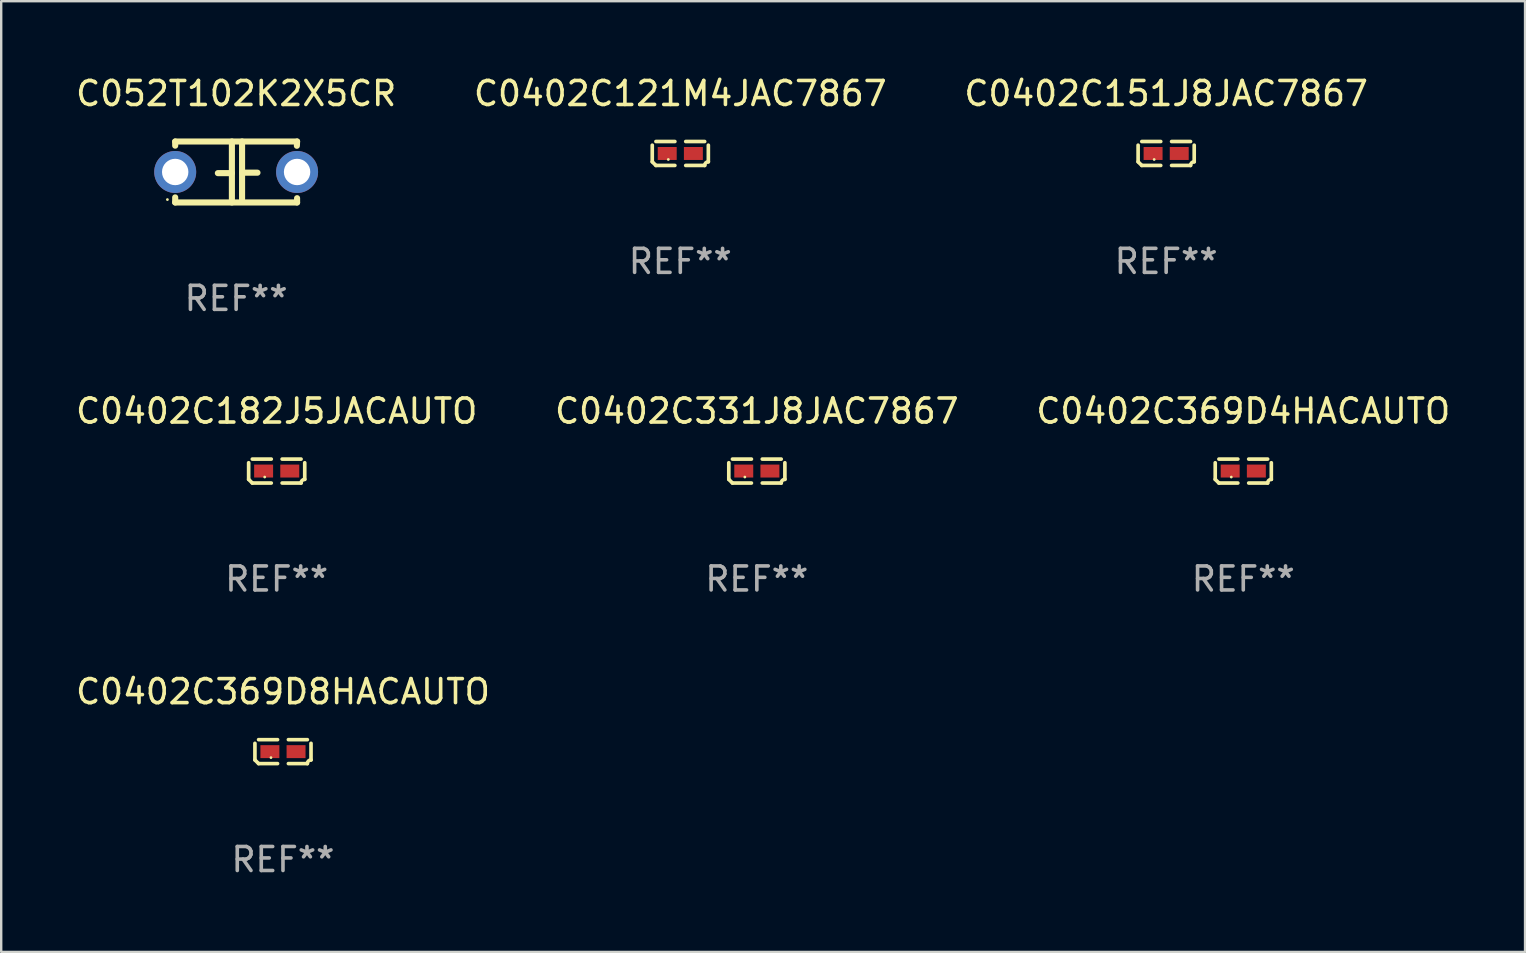
<source format=kicad_pcb>
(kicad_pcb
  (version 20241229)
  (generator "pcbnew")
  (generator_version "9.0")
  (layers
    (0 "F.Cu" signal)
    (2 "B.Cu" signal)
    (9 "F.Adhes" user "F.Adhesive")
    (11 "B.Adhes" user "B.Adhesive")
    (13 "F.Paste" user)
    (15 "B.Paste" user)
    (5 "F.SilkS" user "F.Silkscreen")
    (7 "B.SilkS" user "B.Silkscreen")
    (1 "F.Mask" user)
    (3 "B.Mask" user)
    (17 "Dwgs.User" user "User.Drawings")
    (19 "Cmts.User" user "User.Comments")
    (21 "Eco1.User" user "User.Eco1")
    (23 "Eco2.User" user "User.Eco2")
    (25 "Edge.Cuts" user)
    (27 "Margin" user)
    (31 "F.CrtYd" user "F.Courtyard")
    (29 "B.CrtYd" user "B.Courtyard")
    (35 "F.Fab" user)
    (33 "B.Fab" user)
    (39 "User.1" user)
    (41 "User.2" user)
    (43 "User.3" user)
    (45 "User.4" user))
  (footprint "C0402C331J8JAC7867"
    (layer "F.Cu")
    (at 28.494 16.583)
    (property "Reference" "C0402C331J8JAC7867" (at 0 -2.499 0) (layer "F.SilkS") (effects (font (size 1 1) (thickness 0.15))))
    (attr through_hole)
    (fp_line (start -1.169 0.346) (end -1.169 -0.346) (stroke (width 0.152) (type solid)) (layer "F.SilkS"))
    (fp_line (start -1.016 -0.499) (end -0.226 -0.499) (stroke (width 0.152) (type solid)) (layer "F.SilkS"))
    (fp_line (start -0.226 0.499) (end -1.016 0.499) (stroke (width 0.152) (type solid)) (layer "F.SilkS"))
    (fp_line (start 0.226 0.499) (end 1.016 0.499) (stroke (width 0.152) (type solid)) (layer "F.SilkS"))
    (fp_line (start 1.016 -0.499) (end 0.226 -0.499) (stroke (width 0.152) (type solid)) (layer "F.SilkS"))
    (fp_line (start 1.169 0.346) (end 1.169 -0.346) (stroke (width 0.152) (type solid)) (layer "F.SilkS"))
    (fp_arc (start -1.016307 0.498603) (mid -1.092512 0.422405) (end -1.16871 0.3462) (stroke (width 0.1524) (type solid)) (layer "F.SilkS"))
    (fp_arc (start 1.016307 0.498603) (mid 1.060899 0.390758) (end 1.168707 0.346076) (stroke (width 0.1524) (type solid)) (layer "F.SilkS"))
    (fp_circle (center -0.5 0.25) (end -0.47 0.25) (stroke (width 0.06) (type solid)) (fill no) (layer "F.SilkS"))
    (fp_text user "REF**" (at 0 4.499 0) (layer "F.Fab") (effects (font (size 1 1) (thickness 0.15))))
    (pad "1" smd rect (at -0.545 0) (size 0.79 0.54) (layers "F.Cu" "F.Mask" "F.Paste"))
    (pad "2" smd rect (at 0.545 0) (size 0.79 0.54) (layers "F.Cu" "F.Mask" "F.Paste")))
  (footprint "C0402C369D8HACAUTO"
    (layer "F.Cu")
    (at 8.744 28.277)
    (property "Reference" "C0402C369D8HACAUTO" (at 0 -2.499 0) (layer "F.SilkS") (effects (font (size 1 1) (thickness 0.15))))
    (attr through_hole)
    (fp_line (start -1.169 0.346) (end -1.169 -0.346) (stroke (width 0.152) (type solid)) (layer "F.SilkS"))
    (fp_line (start -1.016 -0.499) (end -0.226 -0.499) (stroke (width 0.152) (type solid)) (layer "F.SilkS"))
    (fp_line (start -0.226 0.499) (end -1.016 0.499) (stroke (width 0.152) (type solid)) (layer "F.SilkS"))
    (fp_line (start 0.226 0.499) (end 1.016 0.499) (stroke (width 0.152) (type solid)) (layer "F.SilkS"))
    (fp_line (start 1.016 -0.499) (end 0.226 -0.499) (stroke (width 0.152) (type solid)) (layer "F.SilkS"))
    (fp_line (start 1.169 0.346) (end 1.169 -0.346) (stroke (width 0.152) (type solid)) (layer "F.SilkS"))
    (fp_arc (start -1.016307 0.498603) (mid -1.092512 0.422405) (end -1.16871 0.3462) (stroke (width 0.1524) (type solid)) (layer "F.SilkS"))
    (fp_arc (start 1.016307 0.498603) (mid 1.060899 0.390758) (end 1.168707 0.346076) (stroke (width 0.1524) (type solid)) (layer "F.SilkS"))
    (fp_circle (center -0.5 0.25) (end -0.47 0.25) (stroke (width 0.06) (type solid)) (fill no) (layer "F.SilkS"))
    (fp_text user "REF**" (at 0 4.499 0) (layer "F.Fab") (effects (font (size 1 1) (thickness 0.15))))
    (pad "1" smd rect (at -0.545 0) (size 0.79 0.54) (layers "F.Cu" "F.Mask" "F.Paste"))
    (pad "2" smd rect (at 0.545 0) (size 0.79 0.54) (layers "F.Cu" "F.Mask" "F.Paste")))
  (footprint "C0402C151J8JAC7867"
    (layer "F.Cu")
    (at 45.554 3.347)
    (property "Reference" "C0402C151J8JAC7867" (at 0 -2.499 0) (layer "F.SilkS") (effects (font (size 1 1) (thickness 0.15))))
    (attr through_hole)
    (fp_line (start -1.169 0.346) (end -1.169 -0.346) (stroke (width 0.152) (type solid)) (layer "F.SilkS"))
    (fp_line (start -1.016 -0.499) (end -0.226 -0.499) (stroke (width 0.152) (type solid)) (layer "F.SilkS"))
    (fp_line (start -0.226 0.499) (end -1.016 0.499) (stroke (width 0.152) (type solid)) (layer "F.SilkS"))
    (fp_line (start 0.226 0.499) (end 1.016 0.499) (stroke (width 0.152) (type solid)) (layer "F.SilkS"))
    (fp_line (start 1.016 -0.499) (end 0.226 -0.499) (stroke (width 0.152) (type solid)) (layer "F.SilkS"))
    (fp_line (start 1.169 0.346) (end 1.169 -0.346) (stroke (width 0.152) (type solid)) (layer "F.SilkS"))
    (fp_arc (start -1.016307 0.498603) (mid -1.092512 0.422405) (end -1.16871 0.3462) (stroke (width 0.1524) (type solid)) (layer "F.SilkS"))
    (fp_arc (start 1.016307 0.498603) (mid 1.060899 0.390758) (end 1.168707 0.346076) (stroke (width 0.1524) (type solid)) (layer "F.SilkS"))
    (fp_circle (center -0.5 0.25) (end -0.47 0.25) (stroke (width 0.06) (type solid)) (fill no) (layer "F.SilkS"))
    (fp_text user "REF**" (at 0 4.499 0) (layer "F.Fab") (effects (font (size 1 1) (thickness 0.15))))
    (pad "1" smd rect (at -0.545 0) (size 0.79 0.54) (layers "F.Cu" "F.Mask" "F.Paste"))
    (pad "2" smd rect (at 0.545 0) (size 0.79 0.54) (layers "F.Cu" "F.Mask" "F.Paste")))
  (footprint "C052T102K2X5CR"
    (layer "F.Cu")
    (at 6.792 4.118)
    (property "Reference" "C052T102K2X5CR" (at 0 -3.27 0) (layer "F.SilkS") (effects (font (size 1 1) (thickness 0.15))))
    (attr through_hole)
    (fp_line (start -2.54 -1.27) (end 2.54 -1.27) (stroke (width 0.254) (type solid)) (layer "F.SilkS"))
    (fp_line (start -2.54 -1.097) (end -2.54 -1.27) (stroke (width 0.254) (type solid)) (layer "F.SilkS"))
    (fp_line (start -2.54 1.27) (end -2.54 1.059) (stroke (width 0.254) (type solid)) (layer "F.SilkS"))
    (fp_line (start -0.177 -1.27) (end -0.177 1.27) (stroke (width 0.254) (type solid)) (layer "F.SilkS"))
    (fp_line (start -0.177 0.048) (end -0.762 0.048) (stroke (width 0.254) (type solid)) (layer "F.SilkS"))
    (fp_line (start 0.247 -1.27) (end 0.247 1.143) (stroke (width 0.254) (type solid)) (layer "F.SilkS"))
    (fp_line (start 0.247 0.029) (end 0.889 0.029) (stroke (width 0.254) (type solid)) (layer "F.SilkS"))
    (fp_line (start 2.54 -1.27) (end 2.531 -1.092) (stroke (width 0.254) (type solid)) (layer "F.SilkS"))
    (fp_line (start 2.54 1.092) (end 2.54 1.27) (stroke (width 0.254) (type solid)) (layer "F.SilkS"))
    (fp_line (start 2.54 1.27) (end -2.54 1.27) (stroke (width 0.254) (type solid)) (layer "F.SilkS"))
    (fp_circle (center -2.865 1.15) (end -2.835 1.15) (stroke (width 0.06) (type solid)) (fill no) (layer "F.SilkS"))
    (fp_text user "REF**" (at 0 5.27 0) (layer "F.Fab") (effects (font (size 1 1) (thickness 0.15))))
    (pad "1" thru_hole circle (at -2.54 0) (size 1.75 1.75) (drill 1.1) (layers "*.Cu" "*.Mask"))
    (pad "2" thru_hole circle (at 2.54 0) (size 1.75 1.75) (drill 1.1) (layers "*.Cu" "*.Mask")))
  (footprint "C0402C121M4JAC7867"
    (layer "F.Cu")
    (at 25.304 3.347)
    (property "Reference" "C0402C121M4JAC7867" (at 0 -2.499 0) (layer "F.SilkS") (effects (font (size 1 1) (thickness 0.15))))
    (attr through_hole)
    (fp_line (start -1.169 0.346) (end -1.169 -0.346) (stroke (width 0.152) (type solid)) (layer "F.SilkS"))
    (fp_line (start -1.016 -0.499) (end -0.226 -0.499) (stroke (width 0.152) (type solid)) (layer "F.SilkS"))
    (fp_line (start -0.226 0.499) (end -1.016 0.499) (stroke (width 0.152) (type solid)) (layer "F.SilkS"))
    (fp_line (start 0.226 0.499) (end 1.016 0.499) (stroke (width 0.152) (type solid)) (layer "F.SilkS"))
    (fp_line (start 1.016 -0.499) (end 0.226 -0.499) (stroke (width 0.152) (type solid)) (layer "F.SilkS"))
    (fp_line (start 1.169 0.346) (end 1.169 -0.346) (stroke (width 0.152) (type solid)) (layer "F.SilkS"))
    (fp_arc (start -1.016307 0.498603) (mid -1.092512 0.422405) (end -1.16871 0.3462) (stroke (width 0.1524) (type solid)) (layer "F.SilkS"))
    (fp_arc (start 1.016307 0.498603) (mid 1.060899 0.390758) (end 1.168707 0.346076) (stroke (width 0.1524) (type solid)) (layer "F.SilkS"))
    (fp_circle (center -0.5 0.25) (end -0.47 0.25) (stroke (width 0.06) (type solid)) (fill no) (layer "F.SilkS"))
    (fp_text user "REF**" (at 0 4.499 0) (layer "F.Fab") (effects (font (size 1 1) (thickness 0.15))))
    (pad "1" smd rect (at -0.545 0) (size 0.79 0.54) (layers "F.Cu" "F.Mask" "F.Paste"))
    (pad "2" smd rect (at 0.545 0) (size 0.79 0.54) (layers "F.Cu" "F.Mask" "F.Paste")))
  (footprint "C0402C369D4HACAUTO"
    (layer "F.Cu")
    (at 48.768 16.583)
    (property "Reference" "C0402C369D4HACAUTO" (at 0 -2.499 0) (layer "F.SilkS") (effects (font (size 1 1) (thickness 0.15))))
    (attr through_hole)
    (fp_line (start -1.169 0.346) (end -1.169 -0.346) (stroke (width 0.152) (type solid)) (layer "F.SilkS"))
    (fp_line (start -1.016 -0.499) (end -0.226 -0.499) (stroke (width 0.152) (type solid)) (layer "F.SilkS"))
    (fp_line (start -0.226 0.499) (end -1.016 0.499) (stroke (width 0.152) (type solid)) (layer "F.SilkS"))
    (fp_line (start 0.226 0.499) (end 1.016 0.499) (stroke (width 0.152) (type solid)) (layer "F.SilkS"))
    (fp_line (start 1.016 -0.499) (end 0.226 -0.499) (stroke (width 0.152) (type solid)) (layer "F.SilkS"))
    (fp_line (start 1.169 0.346) (end 1.169 -0.346) (stroke (width 0.152) (type solid)) (layer "F.SilkS"))
    (fp_arc (start -1.016307 0.498603) (mid -1.092512 0.422405) (end -1.16871 0.3462) (stroke (width 0.1524) (type solid)) (layer "F.SilkS"))
    (fp_arc (start 1.016307 0.498603) (mid 1.060899 0.390758) (end 1.168707 0.346076) (stroke (width 0.1524) (type solid)) (layer "F.SilkS"))
    (fp_circle (center -0.5 0.25) (end -0.47 0.25) (stroke (width 0.06) (type solid)) (fill no) (layer "F.SilkS"))
    (fp_text user "REF**" (at 0 4.499 0) (layer "F.Fab") (effects (font (size 1 1) (thickness 0.15))))
    (pad "1" smd rect (at -0.545 0) (size 0.79 0.54) (layers "F.Cu" "F.Mask" "F.Paste"))
    (pad "2" smd rect (at 0.545 0) (size 0.79 0.54) (layers "F.Cu" "F.Mask" "F.Paste")))
  (footprint "C0402C182J5JACAUTO"
    (layer "F.Cu")
    (at 8.482 16.583)
    (property "Reference" "C0402C182J5JACAUTO" (at 0 -2.499 0) (layer "F.SilkS") (effects (font (size 1 1) (thickness 0.15))))
    (attr through_hole)
    (fp_line (start -1.169 0.346) (end -1.169 -0.346) (stroke (width 0.152) (type solid)) (layer "F.SilkS"))
    (fp_line (start -1.016 -0.499) (end -0.226 -0.499) (stroke (width 0.152) (type solid)) (layer "F.SilkS"))
    (fp_line (start -0.226 0.499) (end -1.016 0.499) (stroke (width 0.152) (type solid)) (layer "F.SilkS"))
    (fp_line (start 0.226 0.499) (end 1.016 0.499) (stroke (width 0.152) (type solid)) (layer "F.SilkS"))
    (fp_line (start 1.016 -0.499) (end 0.226 -0.499) (stroke (width 0.152) (type solid)) (layer "F.SilkS"))
    (fp_line (start 1.169 0.346) (end 1.169 -0.346) (stroke (width 0.152) (type solid)) (layer "F.SilkS"))
    (fp_arc (start -1.016307 0.498603) (mid -1.092512 0.422405) (end -1.16871 0.3462) (stroke (width 0.1524) (type solid)) (layer "F.SilkS"))
    (fp_arc (start 1.016307 0.498603) (mid 1.060899 0.390758) (end 1.168707 0.346076) (stroke (width 0.1524) (type solid)) (layer "F.SilkS"))
    (fp_circle (center -0.5 0.25) (end -0.47 0.25) (stroke (width 0.06) (type solid)) (fill no) (layer "F.SilkS"))
    (fp_text user "REF**" (at 0 4.499 0) (layer "F.Fab") (effects (font (size 1 1) (thickness 0.15))))
    (pad "1" smd rect (at -0.545 0) (size 0.79 0.54) (layers "F.Cu" "F.Mask" "F.Paste"))
    (pad "2" smd rect (at 0.545 0) (size 0.79 0.54) (layers "F.Cu" "F.Mask" "F.Paste")))
  (gr_rect
    (start -3 -3)
    (end 60.512 36.624)
    (stroke (width 0.1) (type default))
    (fill no)
    (layer "Edge.Cuts")))
</source>
